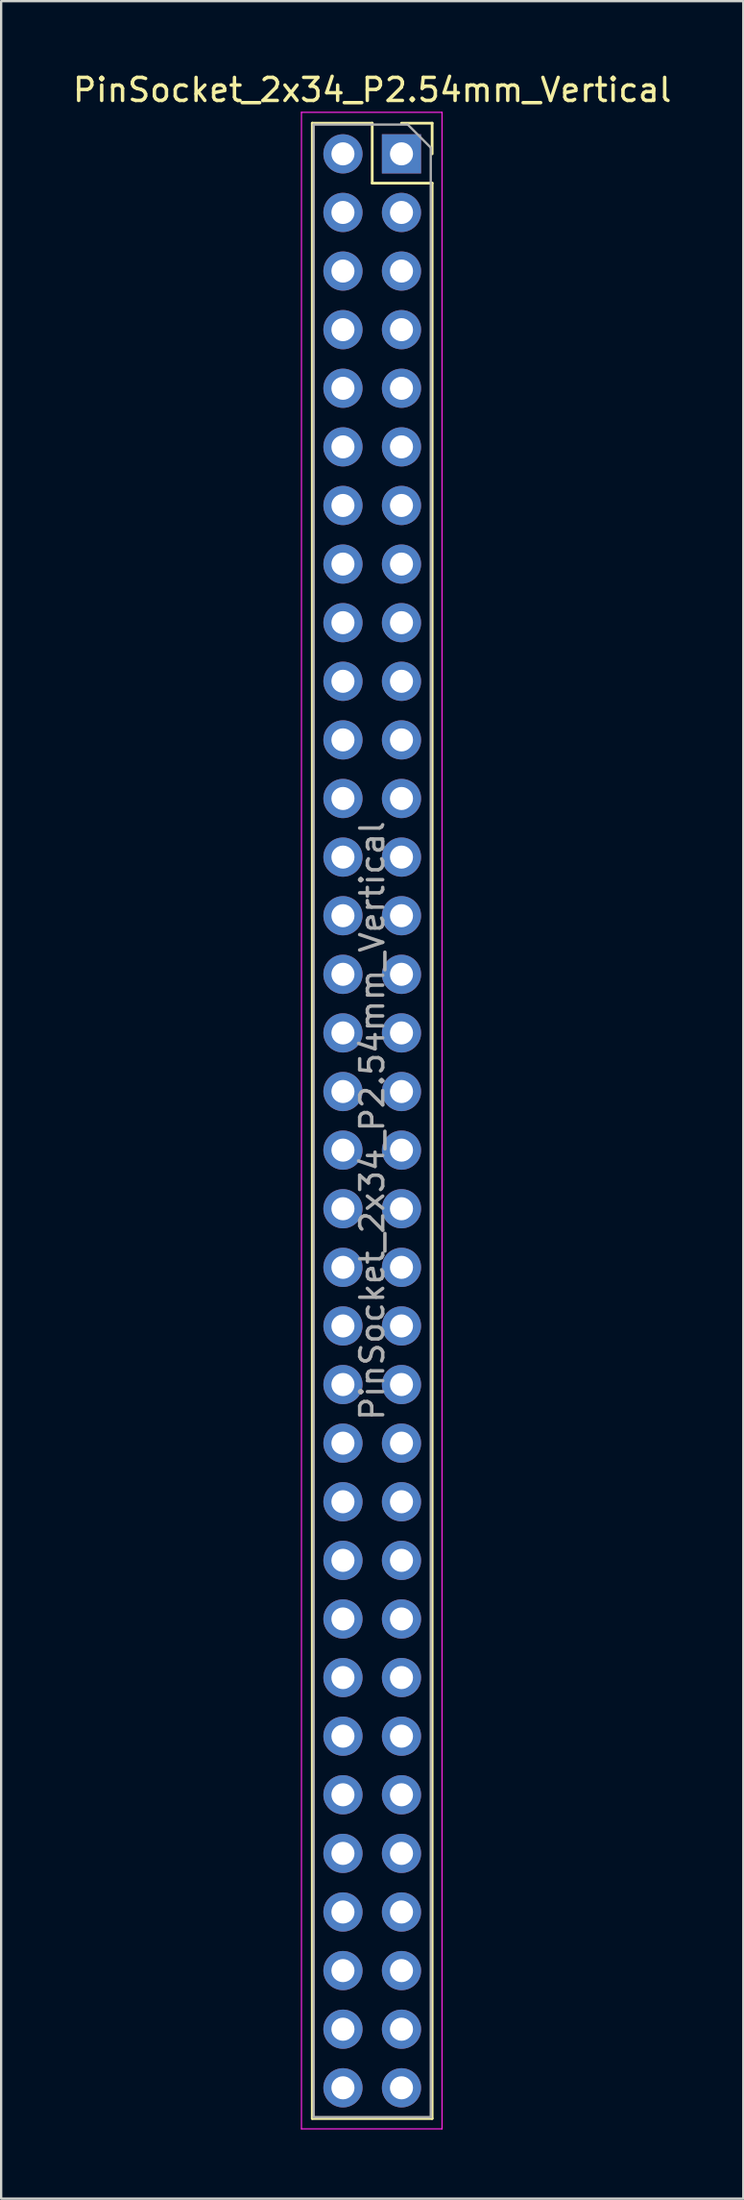
<source format=kicad_pcb>
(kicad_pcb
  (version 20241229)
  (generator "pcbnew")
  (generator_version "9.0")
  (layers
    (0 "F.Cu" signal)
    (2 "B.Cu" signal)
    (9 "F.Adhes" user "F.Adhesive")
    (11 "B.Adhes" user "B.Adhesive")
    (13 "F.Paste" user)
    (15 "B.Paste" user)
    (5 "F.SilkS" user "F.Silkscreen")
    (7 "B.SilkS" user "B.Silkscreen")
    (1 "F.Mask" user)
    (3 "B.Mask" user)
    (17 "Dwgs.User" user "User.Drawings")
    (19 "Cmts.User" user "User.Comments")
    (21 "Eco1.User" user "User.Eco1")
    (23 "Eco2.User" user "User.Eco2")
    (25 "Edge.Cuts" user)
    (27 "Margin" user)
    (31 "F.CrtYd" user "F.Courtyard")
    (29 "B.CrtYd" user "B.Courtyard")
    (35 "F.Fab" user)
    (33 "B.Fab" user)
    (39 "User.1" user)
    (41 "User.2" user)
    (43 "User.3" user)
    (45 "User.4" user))
  (footprint "PinSocket_2x34_P2.54mm_Vertical"
    (layer "F.Cu")
    (at 14.371 3.618)
    (property "Reference" "PinSocket_2x34_P2.54mm_Vertical" (at -1.27 -2.77 0) (layer "F.SilkS") (effects (font (size 1 1) (thickness 0.15))))
    (attr through_hole)
    (fp_line (start -3.87 -1.33) (end -3.87 85.15) (stroke (width 0.12) (type solid)) (layer "F.SilkS"))
    (fp_line (start -3.87 -1.33) (end -1.27 -1.33) (stroke (width 0.12) (type solid)) (layer "F.SilkS"))
    (fp_line (start -3.87 85.15) (end 1.33 85.15) (stroke (width 0.12) (type solid)) (layer "F.SilkS"))
    (fp_line (start -1.27 -1.33) (end -1.27 1.27) (stroke (width 0.12) (type solid)) (layer "F.SilkS"))
    (fp_line (start -1.27 1.27) (end 1.33 1.27) (stroke (width 0.12) (type solid)) (layer "F.SilkS"))
    (fp_line (start 0 -1.33) (end 1.33 -1.33) (stroke (width 0.12) (type solid)) (layer "F.SilkS"))
    (fp_line (start 1.33 -1.33) (end 1.33 0) (stroke (width 0.12) (type solid)) (layer "F.SilkS"))
    (fp_line (start 1.33 1.27) (end 1.33 85.15) (stroke (width 0.12) (type solid)) (layer "F.SilkS"))
    (fp_line (start -4.34 -1.8) (end 1.76 -1.8) (stroke (width 0.05) (type solid)) (layer "F.CrtYd"))
    (fp_line (start -4.34 85.6) (end -4.34 -1.8) (stroke (width 0.05) (type solid)) (layer "F.CrtYd"))
    (fp_line (start 1.76 -1.8) (end 1.76 85.6) (stroke (width 0.05) (type solid)) (layer "F.CrtYd"))
    (fp_line (start 1.76 85.6) (end -4.34 85.6) (stroke (width 0.05) (type solid)) (layer "F.CrtYd"))
    (fp_line (start -3.81 -1.27) (end 0.27 -1.27) (stroke (width 0.1) (type solid)) (layer "F.Fab"))
    (fp_line (start -3.81 85.09) (end -3.81 -1.27) (stroke (width 0.1) (type solid)) (layer "F.Fab"))
    (fp_line (start 0.27 -1.27) (end 1.27 -0.27) (stroke (width 0.1) (type solid)) (layer "F.Fab"))
    (fp_line (start 1.27 -0.27) (end 1.27 85.09) (stroke (width 0.1) (type solid)) (layer "F.Fab"))
    (fp_line (start 1.27 85.09) (end -3.81 85.09) (stroke (width 0.1) (type solid)) (layer "F.Fab"))
    (fp_text user "${REFERENCE}" (at -1.27 41.91 90) (layer "F.Fab") (effects (font (size 1 1) (thickness 0.15))))
    (pad "1" thru_hole rect (at 0 0) (size 1.7 1.7) (drill 1) (layers "*.Cu" "*.Mask"))
    (pad "2" thru_hole oval (at -2.54 0) (size 1.7 1.7) (drill 1) (layers "*.Cu" "*.Mask"))
    (pad "3" thru_hole oval (at 0 2.54) (size 1.7 1.7) (drill 1) (layers "*.Cu" "*.Mask"))
    (pad "4" thru_hole oval (at -2.54 2.54) (size 1.7 1.7) (drill 1) (layers "*.Cu" "*.Mask"))
    (pad "5" thru_hole oval (at 0 5.08) (size 1.7 1.7) (drill 1) (layers "*.Cu" "*.Mask"))
    (pad "6" thru_hole oval (at -2.54 5.08) (size 1.7 1.7) (drill 1) (layers "*.Cu" "*.Mask"))
    (pad "7" thru_hole oval (at 0 7.62) (size 1.7 1.7) (drill 1) (layers "*.Cu" "*.Mask"))
    (pad "8" thru_hole oval (at -2.54 7.62) (size 1.7 1.7) (drill 1) (layers "*.Cu" "*.Mask"))
    (pad "9" thru_hole oval (at 0 10.16) (size 1.7 1.7) (drill 1) (layers "*.Cu" "*.Mask"))
    (pad "10" thru_hole oval (at -2.54 10.16) (size 1.7 1.7) (drill 1) (layers "*.Cu" "*.Mask"))
    (pad "11" thru_hole oval (at 0 12.7) (size 1.7 1.7) (drill 1) (layers "*.Cu" "*.Mask"))
    (pad "12" thru_hole oval (at -2.54 12.7) (size 1.7 1.7) (drill 1) (layers "*.Cu" "*.Mask"))
    (pad "13" thru_hole oval (at 0 15.24) (size 1.7 1.7) (drill 1) (layers "*.Cu" "*.Mask"))
    (pad "14" thru_hole oval (at -2.54 15.24) (size 1.7 1.7) (drill 1) (layers "*.Cu" "*.Mask"))
    (pad "15" thru_hole oval (at 0 17.78) (size 1.7 1.7) (drill 1) (layers "*.Cu" "*.Mask"))
    (pad "16" thru_hole oval (at -2.54 17.78) (size 1.7 1.7) (drill 1) (layers "*.Cu" "*.Mask"))
    (pad "17" thru_hole oval (at 0 20.32) (size 1.7 1.7) (drill 1) (layers "*.Cu" "*.Mask"))
    (pad "18" thru_hole oval (at -2.54 20.32) (size 1.7 1.7) (drill 1) (layers "*.Cu" "*.Mask"))
    (pad "19" thru_hole oval (at 0 22.86) (size 1.7 1.7) (drill 1) (layers "*.Cu" "*.Mask"))
    (pad "20" thru_hole oval (at -2.54 22.86) (size 1.7 1.7) (drill 1) (layers "*.Cu" "*.Mask"))
    (pad "21" thru_hole oval (at 0 25.4) (size 1.7 1.7) (drill 1) (layers "*.Cu" "*.Mask"))
    (pad "22" thru_hole oval (at -2.54 25.4) (size 1.7 1.7) (drill 1) (layers "*.Cu" "*.Mask"))
    (pad "23" thru_hole oval (at 0 27.94) (size 1.7 1.7) (drill 1) (layers "*.Cu" "*.Mask"))
    (pad "24" thru_hole oval (at -2.54 27.94) (size 1.7 1.7) (drill 1) (layers "*.Cu" "*.Mask"))
    (pad "25" thru_hole oval (at 0 30.48) (size 1.7 1.7) (drill 1) (layers "*.Cu" "*.Mask"))
    (pad "26" thru_hole oval (at -2.54 30.48) (size 1.7 1.7) (drill 1) (layers "*.Cu" "*.Mask"))
    (pad "27" thru_hole oval (at 0 33.02) (size 1.7 1.7) (drill 1) (layers "*.Cu" "*.Mask"))
    (pad "28" thru_hole oval (at -2.54 33.02) (size 1.7 1.7) (drill 1) (layers "*.Cu" "*.Mask"))
    (pad "29" thru_hole oval (at 0 35.56) (size 1.7 1.7) (drill 1) (layers "*.Cu" "*.Mask"))
    (pad "30" thru_hole oval (at -2.54 35.56) (size 1.7 1.7) (drill 1) (layers "*.Cu" "*.Mask"))
    (pad "31" thru_hole oval (at 0 38.1) (size 1.7 1.7) (drill 1) (layers "*.Cu" "*.Mask"))
    (pad "32" thru_hole oval (at -2.54 38.1) (size 1.7 1.7) (drill 1) (layers "*.Cu" "*.Mask"))
    (pad "33" thru_hole oval (at 0 40.64) (size 1.7 1.7) (drill 1) (layers "*.Cu" "*.Mask"))
    (pad "34" thru_hole oval (at -2.54 40.64) (size 1.7 1.7) (drill 1) (layers "*.Cu" "*.Mask"))
    (pad "35" thru_hole oval (at 0 43.18) (size 1.7 1.7) (drill 1) (layers "*.Cu" "*.Mask"))
    (pad "36" thru_hole oval (at -2.54 43.18) (size 1.7 1.7) (drill 1) (layers "*.Cu" "*.Mask"))
    (pad "37" thru_hole oval (at 0 45.72) (size 1.7 1.7) (drill 1) (layers "*.Cu" "*.Mask"))
    (pad "38" thru_hole oval (at -2.54 45.72) (size 1.7 1.7) (drill 1) (layers "*.Cu" "*.Mask"))
    (pad "39" thru_hole oval (at 0 48.26) (size 1.7 1.7) (drill 1) (layers "*.Cu" "*.Mask"))
    (pad "40" thru_hole oval (at -2.54 48.26) (size 1.7 1.7) (drill 1) (layers "*.Cu" "*.Mask"))
    (pad "41" thru_hole oval (at 0 50.8) (size 1.7 1.7) (drill 1) (layers "*.Cu" "*.Mask"))
    (pad "42" thru_hole oval (at -2.54 50.8) (size 1.7 1.7) (drill 1) (layers "*.Cu" "*.Mask"))
    (pad "43" thru_hole oval (at 0 53.34) (size 1.7 1.7) (drill 1) (layers "*.Cu" "*.Mask"))
    (pad "44" thru_hole oval (at -2.54 53.34) (size 1.7 1.7) (drill 1) (layers "*.Cu" "*.Mask"))
    (pad "45" thru_hole oval (at 0 55.88) (size 1.7 1.7) (drill 1) (layers "*.Cu" "*.Mask"))
    (pad "46" thru_hole oval (at -2.54 55.88) (size 1.7 1.7) (drill 1) (layers "*.Cu" "*.Mask"))
    (pad "47" thru_hole oval (at 0 58.42) (size 1.7 1.7) (drill 1) (layers "*.Cu" "*.Mask"))
    (pad "48" thru_hole oval (at -2.54 58.42) (size 1.7 1.7) (drill 1) (layers "*.Cu" "*.Mask"))
    (pad "49" thru_hole oval (at 0 60.96) (size 1.7 1.7) (drill 1) (layers "*.Cu" "*.Mask"))
    (pad "50" thru_hole oval (at -2.54 60.96) (size 1.7 1.7) (drill 1) (layers "*.Cu" "*.Mask"))
    (pad "51" thru_hole oval (at 0 63.5) (size 1.7 1.7) (drill 1) (layers "*.Cu" "*.Mask"))
    (pad "52" thru_hole oval (at -2.54 63.5) (size 1.7 1.7) (drill 1) (layers "*.Cu" "*.Mask"))
    (pad "53" thru_hole oval (at 0 66.04) (size 1.7 1.7) (drill 1) (layers "*.Cu" "*.Mask"))
    (pad "54" thru_hole oval (at -2.54 66.04) (size 1.7 1.7) (drill 1) (layers "*.Cu" "*.Mask"))
    (pad "55" thru_hole oval (at 0 68.58) (size 1.7 1.7) (drill 1) (layers "*.Cu" "*.Mask"))
    (pad "56" thru_hole oval (at -2.54 68.58) (size 1.7 1.7) (drill 1) (layers "*.Cu" "*.Mask"))
    (pad "57" thru_hole oval (at 0 71.12) (size 1.7 1.7) (drill 1) (layers "*.Cu" "*.Mask"))
    (pad "58" thru_hole oval (at -2.54 71.12) (size 1.7 1.7) (drill 1) (layers "*.Cu" "*.Mask"))
    (pad "59" thru_hole oval (at 0 73.66) (size 1.7 1.7) (drill 1) (layers "*.Cu" "*.Mask"))
    (pad "60" thru_hole oval (at -2.54 73.66) (size 1.7 1.7) (drill 1) (layers "*.Cu" "*.Mask"))
    (pad "61" thru_hole oval (at 0 76.2) (size 1.7 1.7) (drill 1) (layers "*.Cu" "*.Mask"))
    (pad "62" thru_hole oval (at -2.54 76.2) (size 1.7 1.7) (drill 1) (layers "*.Cu" "*.Mask"))
    (pad "63" thru_hole oval (at 0 78.74) (size 1.7 1.7) (drill 1) (layers "*.Cu" "*.Mask"))
    (pad "64" thru_hole oval (at -2.54 78.74) (size 1.7 1.7) (drill 1) (layers "*.Cu" "*.Mask"))
    (pad "65" thru_hole oval (at 0 81.28) (size 1.7 1.7) (drill 1) (layers "*.Cu" "*.Mask"))
    (pad "66" thru_hole oval (at -2.54 81.28) (size 1.7 1.7) (drill 1) (layers "*.Cu" "*.Mask"))
    (pad "67" thru_hole oval (at 0 83.82) (size 1.7 1.7) (drill 1) (layers "*.Cu" "*.Mask"))
    (pad "68" thru_hole oval (at -2.54 83.82) (size 1.7 1.7) (drill 1) (layers "*.Cu" "*.Mask")))
  (gr_rect
    (start -3 -3)
    (end 29.202 92.243)
    (stroke (width 0.1) (type default))
    (fill no)
    (layer "Edge.Cuts")))
</source>
